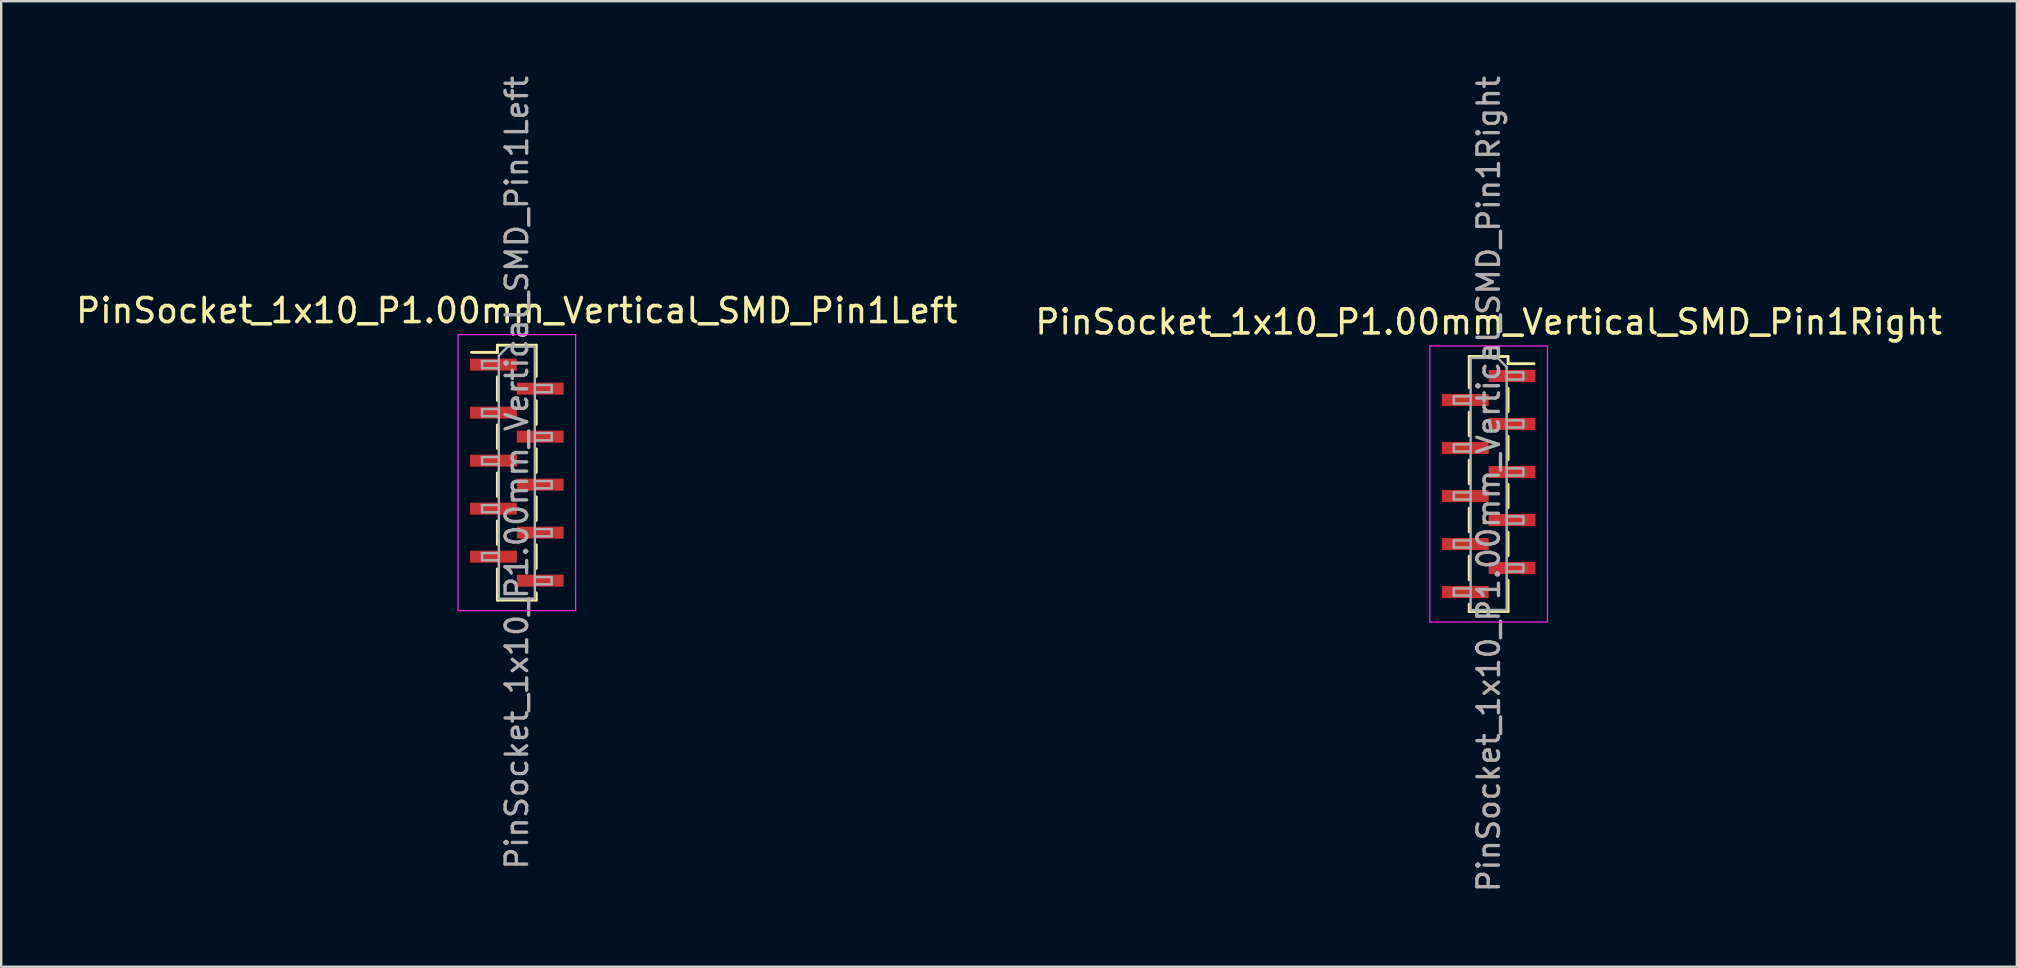
<source format=kicad_pcb>
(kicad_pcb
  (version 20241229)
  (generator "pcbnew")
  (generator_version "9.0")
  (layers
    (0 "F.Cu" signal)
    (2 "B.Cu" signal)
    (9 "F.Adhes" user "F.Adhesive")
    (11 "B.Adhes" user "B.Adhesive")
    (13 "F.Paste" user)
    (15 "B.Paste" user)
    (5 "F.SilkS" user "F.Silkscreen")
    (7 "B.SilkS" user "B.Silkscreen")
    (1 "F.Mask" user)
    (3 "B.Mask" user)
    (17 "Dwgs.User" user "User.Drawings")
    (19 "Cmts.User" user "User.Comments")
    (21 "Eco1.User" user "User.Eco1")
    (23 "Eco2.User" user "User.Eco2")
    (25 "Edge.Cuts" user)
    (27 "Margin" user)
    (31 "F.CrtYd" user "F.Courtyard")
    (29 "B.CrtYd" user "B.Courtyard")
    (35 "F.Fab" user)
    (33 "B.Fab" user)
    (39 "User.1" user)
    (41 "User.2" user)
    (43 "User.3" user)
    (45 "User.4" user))
  (footprint "PinSocket_1x10_P1.00mm_Vertical_SMD_Pin1Right"
    (layer "F.Cu")
    (at 58.97 17.113)
    (property "Reference" "PinSocket_1x10_P1.00mm_Vertical_SMD_Pin1Right" (at 0 -6.75 0) (layer "F.SilkS") (effects (font (size 1 1) (thickness 0.15))))
    (attr smd)
    (fp_line (start -0.81 -5.31) (end -0.81 -4.01) (stroke (width 0.12) (type solid)) (layer "F.SilkS"))
    (fp_line (start -0.81 -5.31) (end 0.81 -5.31) (stroke (width 0.12) (type solid)) (layer "F.SilkS"))
    (fp_line (start -0.81 -2.99) (end -0.81 -2.01) (stroke (width 0.12) (type solid)) (layer "F.SilkS"))
    (fp_line (start -0.81 -0.99) (end -0.81 -0.01) (stroke (width 0.12) (type solid)) (layer "F.SilkS"))
    (fp_line (start -0.81 1.01) (end -0.81 1.99) (stroke (width 0.12) (type solid)) (layer "F.SilkS"))
    (fp_line (start -0.81 3.01) (end -0.81 3.99) (stroke (width 0.12) (type solid)) (layer "F.SilkS"))
    (fp_line (start -0.81 5.01) (end -0.81 5.31) (stroke (width 0.12) (type solid)) (layer "F.SilkS"))
    (fp_line (start -0.81 5.31) (end 0.81 5.31) (stroke (width 0.12) (type solid)) (layer "F.SilkS"))
    (fp_line (start 0.81 -5.31) (end 0.81 -5.01) (stroke (width 0.12) (type solid)) (layer "F.SilkS"))
    (fp_line (start 0.81 -5.01) (end 1.89 -5.01) (stroke (width 0.12) (type solid)) (layer "F.SilkS"))
    (fp_line (start 0.81 -3.99) (end 0.81 -3.01) (stroke (width 0.12) (type solid)) (layer "F.SilkS"))
    (fp_line (start 0.81 -1.99) (end 0.81 -1.01) (stroke (width 0.12) (type solid)) (layer "F.SilkS"))
    (fp_line (start 0.81 0.01) (end 0.81 0.99) (stroke (width 0.12) (type solid)) (layer "F.SilkS"))
    (fp_line (start 0.81 2.01) (end 0.81 2.99) (stroke (width 0.12) (type solid)) (layer "F.SilkS"))
    (fp_line (start 0.81 4.01) (end 0.81 5.31) (stroke (width 0.12) (type solid)) (layer "F.SilkS"))
    (fp_line (start -2.45 -5.75) (end 2.45 -5.75) (stroke (width 0.05) (type solid)) (layer "F.CrtYd"))
    (fp_line (start -2.45 5.75) (end -2.45 -5.75) (stroke (width 0.05) (type solid)) (layer "F.CrtYd"))
    (fp_line (start 2.45 -5.75) (end 2.45 5.75) (stroke (width 0.05) (type solid)) (layer "F.CrtYd"))
    (fp_line (start 2.45 5.75) (end -2.45 5.75) (stroke (width 0.05) (type solid)) (layer "F.CrtYd"))
    (fp_line (start -1.45 -3.65) (end -0.75 -3.65) (stroke (width 0.1) (type solid)) (layer "F.Fab"))
    (fp_line (start -1.45 -3.35) (end -1.45 -3.65) (stroke (width 0.1) (type solid)) (layer "F.Fab"))
    (fp_line (start -1.45 -1.65) (end -0.75 -1.65) (stroke (width 0.1) (type solid)) (layer "F.Fab"))
    (fp_line (start -1.45 -1.35) (end -1.45 -1.65) (stroke (width 0.1) (type solid)) (layer "F.Fab"))
    (fp_line (start -1.45 0.35) (end -0.75 0.35) (stroke (width 0.1) (type solid)) (layer "F.Fab"))
    (fp_line (start -1.45 0.65) (end -1.45 0.35) (stroke (width 0.1) (type solid)) (layer "F.Fab"))
    (fp_line (start -1.45 2.35) (end -0.75 2.35) (stroke (width 0.1) (type solid)) (layer "F.Fab"))
    (fp_line (start -1.45 2.65) (end -1.45 2.35) (stroke (width 0.1) (type solid)) (layer "F.Fab"))
    (fp_line (start -1.45 4.35) (end -0.75 4.35) (stroke (width 0.1) (type solid)) (layer "F.Fab"))
    (fp_line (start -1.45 4.65) (end -1.45 4.35) (stroke (width 0.1) (type solid)) (layer "F.Fab"))
    (fp_line (start -0.75 -5.25) (end 0.375 -5.25) (stroke (width 0.1) (type solid)) (layer "F.Fab"))
    (fp_line (start -0.75 -3.35) (end -1.45 -3.35) (stroke (width 0.1) (type solid)) (layer "F.Fab"))
    (fp_line (start -0.75 -1.35) (end -1.45 -1.35) (stroke (width 0.1) (type solid)) (layer "F.Fab"))
    (fp_line (start -0.75 0.65) (end -1.45 0.65) (stroke (width 0.1) (type solid)) (layer "F.Fab"))
    (fp_line (start -0.75 2.65) (end -1.45 2.65) (stroke (width 0.1) (type solid)) (layer "F.Fab"))
    (fp_line (start -0.75 4.65) (end -1.45 4.65) (stroke (width 0.1) (type solid)) (layer "F.Fab"))
    (fp_line (start -0.75 5.25) (end -0.75 -5.25) (stroke (width 0.1) (type solid)) (layer "F.Fab"))
    (fp_line (start 0.375 -5.25) (end 0.75 -4.875) (stroke (width 0.1) (type solid)) (layer "F.Fab"))
    (fp_line (start 0.75 -4.875) (end 0.75 5.25) (stroke (width 0.1) (type solid)) (layer "F.Fab"))
    (fp_line (start 0.75 -4.65) (end 1.45 -4.65) (stroke (width 0.1) (type solid)) (layer "F.Fab"))
    (fp_line (start 0.75 -2.65) (end 1.45 -2.65) (stroke (width 0.1) (type solid)) (layer "F.Fab"))
    (fp_line (start 0.75 -0.65) (end 1.45 -0.65) (stroke (width 0.1) (type solid)) (layer "F.Fab"))
    (fp_line (start 0.75 1.35) (end 1.45 1.35) (stroke (width 0.1) (type solid)) (layer "F.Fab"))
    (fp_line (start 0.75 3.35) (end 1.45 3.35) (stroke (width 0.1) (type solid)) (layer "F.Fab"))
    (fp_line (start 0.75 5.25) (end -0.75 5.25) (stroke (width 0.1) (type solid)) (layer "F.Fab"))
    (fp_line (start 1.45 -4.65) (end 1.45 -4.35) (stroke (width 0.1) (type solid)) (layer "F.Fab"))
    (fp_line (start 1.45 -4.35) (end 0.75 -4.35) (stroke (width 0.1) (type solid)) (layer "F.Fab"))
    (fp_line (start 1.45 -2.65) (end 1.45 -2.35) (stroke (width 0.1) (type solid)) (layer "F.Fab"))
    (fp_line (start 1.45 -2.35) (end 0.75 -2.35) (stroke (width 0.1) (type solid)) (layer "F.Fab"))
    (fp_line (start 1.45 -0.65) (end 1.45 -0.35) (stroke (width 0.1) (type solid)) (layer "F.Fab"))
    (fp_line (start 1.45 -0.35) (end 0.75 -0.35) (stroke (width 0.1) (type solid)) (layer "F.Fab"))
    (fp_line (start 1.45 1.35) (end 1.45 1.65) (stroke (width 0.1) (type solid)) (layer "F.Fab"))
    (fp_line (start 1.45 1.65) (end 0.75 1.65) (stroke (width 0.1) (type solid)) (layer "F.Fab"))
    (fp_line (start 1.45 3.35) (end 1.45 3.65) (stroke (width 0.1) (type solid)) (layer "F.Fab"))
    (fp_line (start 1.45 3.65) (end 0.75 3.65) (stroke (width 0.1) (type solid)) (layer "F.Fab"))
    (fp_text user "${REFERENCE}" (at 0 0 90) (layer "F.Fab") (effects (font (size 0.9 0.9) (thickness 0.14))))
    (pad "1" smd rect (at 0.975 -4.5) (size 1.95 0.5) (layers "F.Cu" "F.Mask" "F.Paste"))
    (pad "2" smd rect (at -0.975 -3.5) (size 1.95 0.5) (layers "F.Cu" "F.Mask" "F.Paste"))
    (pad "3" smd rect (at 0.975 -2.5) (size 1.95 0.5) (layers "F.Cu" "F.Mask" "F.Paste"))
    (pad "4" smd rect (at -0.975 -1.5) (size 1.95 0.5) (layers "F.Cu" "F.Mask" "F.Paste"))
    (pad "5" smd rect (at 0.975 -0.5) (size 1.95 0.5) (layers "F.Cu" "F.Mask" "F.Paste"))
    (pad "6" smd rect (at -0.975 0.5) (size 1.95 0.5) (layers "F.Cu" "F.Mask" "F.Paste"))
    (pad "7" smd rect (at 0.975 1.5) (size 1.95 0.5) (layers "F.Cu" "F.Mask" "F.Paste"))
    (pad "8" smd rect (at -0.975 2.5) (size 1.95 0.5) (layers "F.Cu" "F.Mask" "F.Paste"))
    (pad "9" smd rect (at 0.975 3.5) (size 1.95 0.5) (layers "F.Cu" "F.Mask" "F.Paste"))
    (pad "10" smd rect (at -0.975 4.5) (size 1.95 0.5) (layers "F.Cu" "F.Mask" "F.Paste")))
  (footprint "PinSocket_1x10_P1.00mm_Vertical_SMD_Pin1Left"
    (layer "F.Cu")
    (at 18.482 16.641)
    (property "Reference" "PinSocket_1x10_P1.00mm_Vertical_SMD_Pin1Left" (at 0 -6.75 0) (layer "F.SilkS") (effects (font (size 1 1) (thickness 0.15))))
    (attr smd)
    (fp_line (start -1.89 -5.01) (end -0.81 -5.01) (stroke (width 0.12) (type solid)) (layer "F.SilkS"))
    (fp_line (start -0.81 -5.31) (end -0.81 -5.01) (stroke (width 0.12) (type solid)) (layer "F.SilkS"))
    (fp_line (start -0.81 -5.31) (end 0.81 -5.31) (stroke (width 0.12) (type solid)) (layer "F.SilkS"))
    (fp_line (start -0.81 -3.99) (end -0.81 -3.01) (stroke (width 0.12) (type solid)) (layer "F.SilkS"))
    (fp_line (start -0.81 -1.99) (end -0.81 -1.01) (stroke (width 0.12) (type solid)) (layer "F.SilkS"))
    (fp_line (start -0.81 0.01) (end -0.81 0.99) (stroke (width 0.12) (type solid)) (layer "F.SilkS"))
    (fp_line (start -0.81 2.01) (end -0.81 2.99) (stroke (width 0.12) (type solid)) (layer "F.SilkS"))
    (fp_line (start -0.81 4.01) (end -0.81 5.31) (stroke (width 0.12) (type solid)) (layer "F.SilkS"))
    (fp_line (start -0.81 5.31) (end 0.81 5.31) (stroke (width 0.12) (type solid)) (layer "F.SilkS"))
    (fp_line (start 0.81 -5.31) (end 0.81 -4.01) (stroke (width 0.12) (type solid)) (layer "F.SilkS"))
    (fp_line (start 0.81 -2.99) (end 0.81 -2.01) (stroke (width 0.12) (type solid)) (layer "F.SilkS"))
    (fp_line (start 0.81 -0.99) (end 0.81 -0.01) (stroke (width 0.12) (type solid)) (layer "F.SilkS"))
    (fp_line (start 0.81 1.01) (end 0.81 1.99) (stroke (width 0.12) (type solid)) (layer "F.SilkS"))
    (fp_line (start 0.81 3.01) (end 0.81 3.99) (stroke (width 0.12) (type solid)) (layer "F.SilkS"))
    (fp_line (start 0.81 5.01) (end 0.81 5.31) (stroke (width 0.12) (type solid)) (layer "F.SilkS"))
    (fp_line (start -2.45 -5.75) (end 2.45 -5.75) (stroke (width 0.05) (type solid)) (layer "F.CrtYd"))
    (fp_line (start -2.45 5.75) (end -2.45 -5.75) (stroke (width 0.05) (type solid)) (layer "F.CrtYd"))
    (fp_line (start 2.45 -5.75) (end 2.45 5.75) (stroke (width 0.05) (type solid)) (layer "F.CrtYd"))
    (fp_line (start 2.45 5.75) (end -2.45 5.75) (stroke (width 0.05) (type solid)) (layer "F.CrtYd"))
    (fp_line (start -1.45 -4.65) (end -0.75 -4.65) (stroke (width 0.1) (type solid)) (layer "F.Fab"))
    (fp_line (start -1.45 -4.35) (end -1.45 -4.65) (stroke (width 0.1) (type solid)) (layer "F.Fab"))
    (fp_line (start -1.45 -2.65) (end -0.75 -2.65) (stroke (width 0.1) (type solid)) (layer "F.Fab"))
    (fp_line (start -1.45 -2.35) (end -1.45 -2.65) (stroke (width 0.1) (type solid)) (layer "F.Fab"))
    (fp_line (start -1.45 -0.65) (end -0.75 -0.65) (stroke (width 0.1) (type solid)) (layer "F.Fab"))
    (fp_line (start -1.45 -0.35) (end -1.45 -0.65) (stroke (width 0.1) (type solid)) (layer "F.Fab"))
    (fp_line (start -1.45 1.35) (end -0.75 1.35) (stroke (width 0.1) (type solid)) (layer "F.Fab"))
    (fp_line (start -1.45 1.65) (end -1.45 1.35) (stroke (width 0.1) (type solid)) (layer "F.Fab"))
    (fp_line (start -1.45 3.35) (end -0.75 3.35) (stroke (width 0.1) (type solid)) (layer "F.Fab"))
    (fp_line (start -1.45 3.65) (end -1.45 3.35) (stroke (width 0.1) (type solid)) (layer "F.Fab"))
    (fp_line (start -0.75 -4.875) (end -0.375 -5.25) (stroke (width 0.1) (type solid)) (layer "F.Fab"))
    (fp_line (start -0.75 -4.35) (end -1.45 -4.35) (stroke (width 0.1) (type solid)) (layer "F.Fab"))
    (fp_line (start -0.75 -2.35) (end -1.45 -2.35) (stroke (width 0.1) (type solid)) (layer "F.Fab"))
    (fp_line (start -0.75 -0.35) (end -1.45 -0.35) (stroke (width 0.1) (type solid)) (layer "F.Fab"))
    (fp_line (start -0.75 1.65) (end -1.45 1.65) (stroke (width 0.1) (type solid)) (layer "F.Fab"))
    (fp_line (start -0.75 3.65) (end -1.45 3.65) (stroke (width 0.1) (type solid)) (layer "F.Fab"))
    (fp_line (start -0.75 5.25) (end -0.75 -4.875) (stroke (width 0.1) (type solid)) (layer "F.Fab"))
    (fp_line (start -0.375 -5.25) (end 0.75 -5.25) (stroke (width 0.1) (type solid)) (layer "F.Fab"))
    (fp_line (start 0.75 -5.25) (end 0.75 5.25) (stroke (width 0.1) (type solid)) (layer "F.Fab"))
    (fp_line (start 0.75 -3.65) (end 1.45 -3.65) (stroke (width 0.1) (type solid)) (layer "F.Fab"))
    (fp_line (start 0.75 -1.65) (end 1.45 -1.65) (stroke (width 0.1) (type solid)) (layer "F.Fab"))
    (fp_line (start 0.75 0.35) (end 1.45 0.35) (stroke (width 0.1) (type solid)) (layer "F.Fab"))
    (fp_line (start 0.75 2.35) (end 1.45 2.35) (stroke (width 0.1) (type solid)) (layer "F.Fab"))
    (fp_line (start 0.75 4.35) (end 1.45 4.35) (stroke (width 0.1) (type solid)) (layer "F.Fab"))
    (fp_line (start 0.75 5.25) (end -0.75 5.25) (stroke (width 0.1) (type solid)) (layer "F.Fab"))
    (fp_line (start 1.45 -3.65) (end 1.45 -3.35) (stroke (width 0.1) (type solid)) (layer "F.Fab"))
    (fp_line (start 1.45 -3.35) (end 0.75 -3.35) (stroke (width 0.1) (type solid)) (layer "F.Fab"))
    (fp_line (start 1.45 -1.65) (end 1.45 -1.35) (stroke (width 0.1) (type solid)) (layer "F.Fab"))
    (fp_line (start 1.45 -1.35) (end 0.75 -1.35) (stroke (width 0.1) (type solid)) (layer "F.Fab"))
    (fp_line (start 1.45 0.35) (end 1.45 0.65) (stroke (width 0.1) (type solid)) (layer "F.Fab"))
    (fp_line (start 1.45 0.65) (end 0.75 0.65) (stroke (width 0.1) (type solid)) (layer "F.Fab"))
    (fp_line (start 1.45 2.35) (end 1.45 2.65) (stroke (width 0.1) (type solid)) (layer "F.Fab"))
    (fp_line (start 1.45 2.65) (end 0.75 2.65) (stroke (width 0.1) (type solid)) (layer "F.Fab"))
    (fp_line (start 1.45 4.35) (end 1.45 4.65) (stroke (width 0.1) (type solid)) (layer "F.Fab"))
    (fp_line (start 1.45 4.65) (end 0.75 4.65) (stroke (width 0.1) (type solid)) (layer "F.Fab"))
    (fp_text user "${REFERENCE}" (at 0 0 90) (layer "F.Fab") (effects (font (size 0.9 0.9) (thickness 0.14))))
    (pad "1" smd rect (at -0.975 -4.5) (size 1.95 0.5) (layers "F.Cu" "F.Mask" "F.Paste"))
    (pad "2" smd rect (at 0.975 -3.5) (size 1.95 0.5) (layers "F.Cu" "F.Mask" "F.Paste"))
    (pad "3" smd rect (at -0.975 -2.5) (size 1.95 0.5) (layers "F.Cu" "F.Mask" "F.Paste"))
    (pad "4" smd rect (at 0.975 -1.5) (size 1.95 0.5) (layers "F.Cu" "F.Mask" "F.Paste"))
    (pad "5" smd rect (at -0.975 -0.5) (size 1.95 0.5) (layers "F.Cu" "F.Mask" "F.Paste"))
    (pad "6" smd rect (at 0.975 0.5) (size 1.95 0.5) (layers "F.Cu" "F.Mask" "F.Paste"))
    (pad "7" smd rect (at -0.975 1.5) (size 1.95 0.5) (layers "F.Cu" "F.Mask" "F.Paste"))
    (pad "8" smd rect (at 0.975 2.5) (size 1.95 0.5) (layers "F.Cu" "F.Mask" "F.Paste"))
    (pad "9" smd rect (at -0.975 3.5) (size 1.95 0.5) (layers "F.Cu" "F.Mask" "F.Paste"))
    (pad "10" smd rect (at 0.975 4.5) (size 1.95 0.5) (layers "F.Cu" "F.Mask" "F.Paste")))
  (gr_rect
    (start -3 -3)
    (end 80.976 37.226)
    (stroke (width 0.1) (type default))
    (fill no)
    (layer "Edge.Cuts")))
</source>
